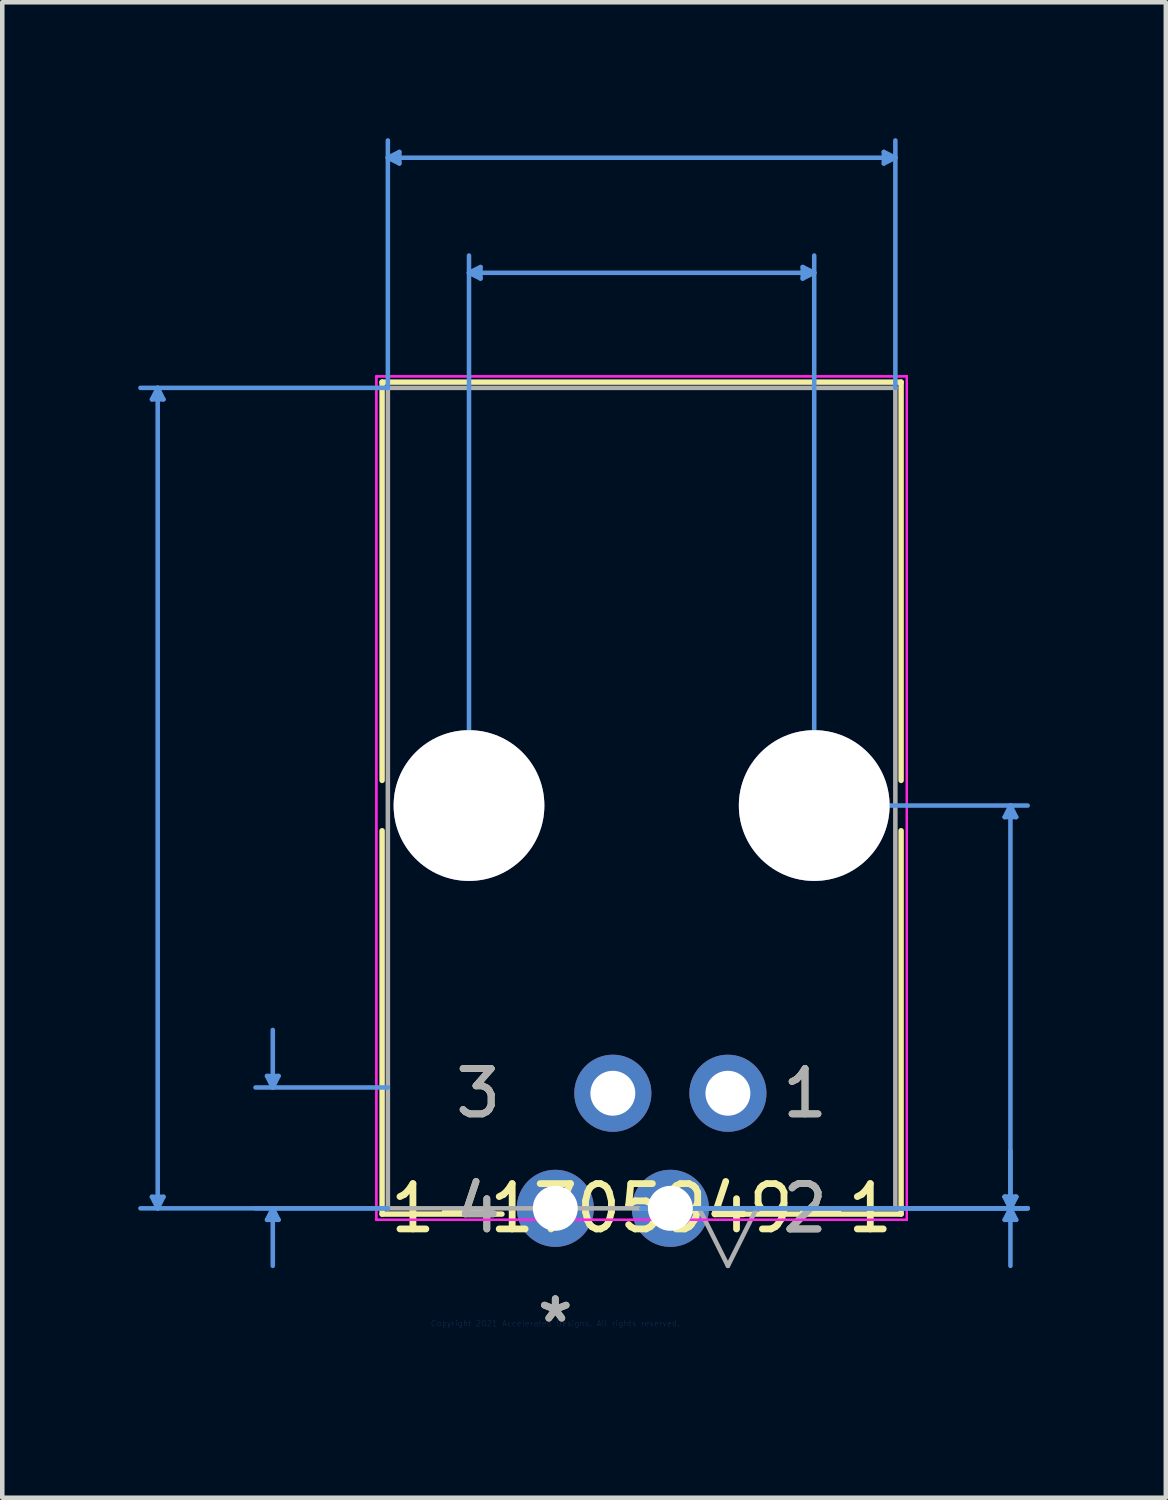
<source format=kicad_pcb>
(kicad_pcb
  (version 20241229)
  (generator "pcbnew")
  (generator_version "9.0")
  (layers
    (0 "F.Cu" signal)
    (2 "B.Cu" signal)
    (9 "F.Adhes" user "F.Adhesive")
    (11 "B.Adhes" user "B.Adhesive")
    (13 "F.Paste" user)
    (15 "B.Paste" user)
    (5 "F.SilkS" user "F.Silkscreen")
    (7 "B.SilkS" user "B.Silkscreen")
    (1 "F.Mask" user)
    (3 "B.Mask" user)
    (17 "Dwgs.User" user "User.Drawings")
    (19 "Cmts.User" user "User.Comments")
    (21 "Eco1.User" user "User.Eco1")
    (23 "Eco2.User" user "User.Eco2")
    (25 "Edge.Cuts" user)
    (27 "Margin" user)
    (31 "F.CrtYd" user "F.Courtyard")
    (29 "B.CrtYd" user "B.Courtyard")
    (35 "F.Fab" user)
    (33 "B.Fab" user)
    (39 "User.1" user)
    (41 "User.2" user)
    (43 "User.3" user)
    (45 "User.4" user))
  (footprint "1-1705949-1"
    (layer "F.Cu")
    (at 9.207 26.161)
    (property "Reference" "1-1705949-1" (at 1.905 -2.54 0) (layer "F.SilkS") (effects (font (size 1 1) (thickness 0.15))))
    (attr through_hole)
    (fp_line (start -3.823 -20.777) (end -3.823 -11.985) (stroke (width 0.12) (type solid)) (layer "F.SilkS"))
    (fp_line (start -3.823 -10.875) (end -3.823 -2.413) (stroke (width 0.12) (type solid)) (layer "F.SilkS"))
    (fp_line (start -3.823 -2.413) (end -1.177 -2.413) (stroke (width 0.12) (type solid)) (layer "F.SilkS"))
    (fp_line (start 3.717 -2.413) (end 7.633 -2.413) (stroke (width 0.12) (type solid)) (layer "F.SilkS"))
    (fp_line (start 7.633 -20.777) (end -3.823 -20.777) (stroke (width 0.12) (type solid)) (layer "F.SilkS"))
    (fp_line (start 7.633 -11.985) (end 7.633 -20.777) (stroke (width 0.12) (type solid)) (layer "F.SilkS"))
    (fp_line (start 7.633 -2.413) (end 7.633 -10.875) (stroke (width 0.12) (type solid)) (layer "F.SilkS"))
    (fp_line (start -8.903 -20.396) (end -8.649 -20.396) (stroke (width 0.1) (type solid)) (layer "Cmts.User"))
    (fp_line (start -8.903 -2.794) (end -8.649 -2.794) (stroke (width 0.1) (type solid)) (layer "Cmts.User"))
    (fp_line (start -8.776 -20.65) (end -8.903 -20.396) (stroke (width 0.1) (type solid)) (layer "Cmts.User"))
    (fp_line (start -8.776 -20.65) (end -8.776 -2.54) (stroke (width 0.1) (type solid)) (layer "Cmts.User"))
    (fp_line (start -8.776 -20.65) (end -8.649 -20.396) (stroke (width 0.1) (type solid)) (layer "Cmts.User"))
    (fp_line (start -8.776 -2.54) (end -8.903 -2.794) (stroke (width 0.1) (type solid)) (layer "Cmts.User"))
    (fp_line (start -8.776 -2.54) (end -8.649 -2.794) (stroke (width 0.1) (type solid)) (layer "Cmts.User"))
    (fp_line (start -6.363 -5.461) (end -6.109 -5.461) (stroke (width 0.1) (type solid)) (layer "Cmts.User"))
    (fp_line (start -6.363 -2.286) (end -6.109 -2.286) (stroke (width 0.1) (type solid)) (layer "Cmts.User"))
    (fp_line (start -6.236 -5.207) (end -6.363 -5.461) (stroke (width 0.1) (type solid)) (layer "Cmts.User"))
    (fp_line (start -6.236 -5.207) (end -6.236 -6.477) (stroke (width 0.1) (type solid)) (layer "Cmts.User"))
    (fp_line (start -6.236 -5.207) (end -6.109 -5.461) (stroke (width 0.1) (type solid)) (layer "Cmts.User"))
    (fp_line (start -6.236 -2.54) (end -6.363 -2.286) (stroke (width 0.1) (type solid)) (layer "Cmts.User"))
    (fp_line (start -6.236 -2.54) (end -6.236 -1.27) (stroke (width 0.1) (type solid)) (layer "Cmts.User"))
    (fp_line (start -6.236 -2.54) (end -6.109 -2.286) (stroke (width 0.1) (type solid)) (layer "Cmts.User"))
    (fp_line (start -3.696 -25.73) (end -3.442 -25.857) (stroke (width 0.1) (type solid)) (layer "Cmts.User"))
    (fp_line (start -3.696 -25.73) (end -3.442 -25.603) (stroke (width 0.1) (type solid)) (layer "Cmts.User"))
    (fp_line (start -3.696 -25.73) (end 7.506 -25.73) (stroke (width 0.1) (type solid)) (layer "Cmts.User"))
    (fp_line (start -3.696 -20.65) (end -9.157 -20.65) (stroke (width 0.1) (type solid)) (layer "Cmts.User"))
    (fp_line (start -3.696 -20.65) (end -3.696 -26.111) (stroke (width 0.1) (type solid)) (layer "Cmts.User"))
    (fp_line (start -3.696 -5.207) (end -6.617 -5.207) (stroke (width 0.1) (type solid)) (layer "Cmts.User"))
    (fp_line (start -3.696 -2.54) (end -9.157 -2.54) (stroke (width 0.1) (type solid)) (layer "Cmts.User"))
    (fp_line (start -3.696 -2.54) (end -6.617 -2.54) (stroke (width 0.1) (type solid)) (layer "Cmts.User"))
    (fp_line (start -3.442 -25.857) (end -3.442 -25.603) (stroke (width 0.1) (type solid)) (layer "Cmts.User"))
    (fp_line (start -1.905 -23.19) (end -1.651 -23.317) (stroke (width 0.1) (type solid)) (layer "Cmts.User"))
    (fp_line (start -1.905 -23.19) (end -1.651 -23.063) (stroke (width 0.1) (type solid)) (layer "Cmts.User"))
    (fp_line (start -1.905 -23.19) (end 5.715 -23.19) (stroke (width 0.1) (type solid)) (layer "Cmts.User"))
    (fp_line (start -1.905 -11.43) (end -1.905 -23.571) (stroke (width 0.1) (type solid)) (layer "Cmts.User"))
    (fp_line (start -1.651 -23.317) (end -1.651 -23.063) (stroke (width 0.1) (type solid)) (layer "Cmts.User"))
    (fp_line (start 1.905 -2.54) (end 10.427 -2.54) (stroke (width 0.1) (type solid)) (layer "Cmts.User"))
    (fp_line (start 1.905 -2.54) (end 10.427 -2.54) (stroke (width 0.1) (type solid)) (layer "Cmts.User"))
    (fp_line (start 5.461 -23.317) (end 5.461 -23.063) (stroke (width 0.1) (type solid)) (layer "Cmts.User"))
    (fp_line (start 5.715 -23.19) (end 5.461 -23.317) (stroke (width 0.1) (type solid)) (layer "Cmts.User"))
    (fp_line (start 5.715 -23.19) (end 5.461 -23.063) (stroke (width 0.1) (type solid)) (layer "Cmts.User"))
    (fp_line (start 5.715 -11.43) (end 5.715 -23.571) (stroke (width 0.1) (type solid)) (layer "Cmts.User"))
    (fp_line (start 5.715 -11.43) (end 10.427 -11.43) (stroke (width 0.1) (type solid)) (layer "Cmts.User"))
    (fp_line (start 7.252 -25.857) (end 7.252 -25.603) (stroke (width 0.1) (type solid)) (layer "Cmts.User"))
    (fp_line (start 7.506 -25.73) (end 7.252 -25.857) (stroke (width 0.1) (type solid)) (layer "Cmts.User"))
    (fp_line (start 7.506 -25.73) (end 7.252 -25.603) (stroke (width 0.1) (type solid)) (layer "Cmts.User"))
    (fp_line (start 7.506 -20.65) (end 7.506 -26.111) (stroke (width 0.1) (type solid)) (layer "Cmts.User"))
    (fp_line (start 7.506 -2.54) (end 10.427 -2.54) (stroke (width 0.1) (type solid)) (layer "Cmts.User"))
    (fp_line (start 9.919 -11.176) (end 10.173 -11.176) (stroke (width 0.1) (type solid)) (layer "Cmts.User"))
    (fp_line (start 9.919 -2.794) (end 10.173 -2.794) (stroke (width 0.1) (type solid)) (layer "Cmts.User"))
    (fp_line (start 9.919 -2.794) (end 10.173 -2.794) (stroke (width 0.1) (type solid)) (layer "Cmts.User"))
    (fp_line (start 9.919 -2.286) (end 10.173 -2.286) (stroke (width 0.1) (type solid)) (layer "Cmts.User"))
    (fp_line (start 10.046 -11.43) (end 9.919 -11.176) (stroke (width 0.1) (type solid)) (layer "Cmts.User"))
    (fp_line (start 10.046 -11.43) (end 10.046 -2.54) (stroke (width 0.1) (type solid)) (layer "Cmts.User"))
    (fp_line (start 10.046 -11.43) (end 10.173 -11.176) (stroke (width 0.1) (type solid)) (layer "Cmts.User"))
    (fp_line (start 10.046 -2.54) (end 9.919 -2.794) (stroke (width 0.1) (type solid)) (layer "Cmts.User"))
    (fp_line (start 10.046 -2.54) (end 9.919 -2.794) (stroke (width 0.1) (type solid)) (layer "Cmts.User"))
    (fp_line (start 10.046 -2.54) (end 9.919 -2.286) (stroke (width 0.1) (type solid)) (layer "Cmts.User"))
    (fp_line (start 10.046 -2.54) (end 10.046 -3.81) (stroke (width 0.1) (type solid)) (layer "Cmts.User"))
    (fp_line (start 10.046 -2.54) (end 10.046 -1.27) (stroke (width 0.1) (type solid)) (layer "Cmts.User"))
    (fp_line (start 10.046 -2.54) (end 10.173 -2.794) (stroke (width 0.1) (type solid)) (layer "Cmts.User"))
    (fp_line (start 10.046 -2.54) (end 10.173 -2.794) (stroke (width 0.1) (type solid)) (layer "Cmts.User"))
    (fp_line (start 10.046 -2.54) (end 10.173 -2.286) (stroke (width 0.1) (type solid)) (layer "Cmts.User"))
    (fp_line (start -3.95 -20.904) (end -3.95 -2.286) (stroke (width 0.05) (type solid)) (layer "F.CrtYd"))
    (fp_line (start -3.95 -20.904) (end -3.95 -2.286) (stroke (width 0.05) (type solid)) (layer "F.CrtYd"))
    (fp_line (start -3.95 -2.286) (end 7.76 -2.286) (stroke (width 0.05) (type solid)) (layer "F.CrtYd"))
    (fp_line (start -3.95 -2.286) (end 7.76 -2.286) (stroke (width 0.05) (type solid)) (layer "F.CrtYd"))
    (fp_line (start 7.76 -20.904) (end -3.95 -20.904) (stroke (width 0.05) (type solid)) (layer "F.CrtYd"))
    (fp_line (start 7.76 -20.904) (end -3.95 -20.904) (stroke (width 0.05) (type solid)) (layer "F.CrtYd"))
    (fp_line (start 7.76 -2.286) (end 7.76 -20.904) (stroke (width 0.05) (type solid)) (layer "F.CrtYd"))
    (fp_line (start 7.76 -2.286) (end 7.76 -20.904) (stroke (width 0.05) (type solid)) (layer "F.CrtYd"))
    (fp_line (start -3.696 -20.65) (end -3.696 -2.54) (stroke (width 0.1) (type solid)) (layer "F.Fab"))
    (fp_line (start -3.696 -2.54) (end 7.506 -2.54) (stroke (width 0.1) (type solid)) (layer "F.Fab"))
    (fp_line (start 3.175 -2.54) (end 3.81 -1.27) (stroke (width 0.1) (type solid)) (layer "F.Fab"))
    (fp_line (start 4.445 -2.54) (end 3.81 -1.27) (stroke (width 0.1) (type solid)) (layer "F.Fab"))
    (fp_line (start 7.506 -20.65) (end -3.696 -20.65) (stroke (width 0.1) (type solid)) (layer "F.Fab"))
    (fp_line (start 7.506 -2.54) (end 7.506 -20.65) (stroke (width 0.1) (type solid)) (layer "F.Fab"))
    (fp_text user "4" (at -1.702 -2.54 0) (layer "F.SilkS") (effects (font (size 1 1) (thickness 0.15))))
    (fp_text user "3" (at -1.702 -5.08 0) (layer "F.SilkS") (effects (font (size 1 1) (thickness 0.15))))
    (fp_text user "*" (at 0 0 0) (layer "F.SilkS") (effects (font (size 1 1) (thickness 0.15))))
    (fp_text user "1" (at 5.512 -5.08 0) (layer "F.SilkS") (effects (font (size 1 1) (thickness 0.15))))
    (fp_text user "2" (at 5.512 -2.54 0) (layer "F.SilkS") (effects (font (size 1 1) (thickness 0.15))))
    (fp_text user "Copyright 2021 Accelerated Designs. All rights reserved." (at 0 0 0) (layer "Cmts.User") (effects (font (size 0.127 0.127) (thickness 0.002))))
    (fp_text user "*" (at 0 0 0) (layer "F.Fab") (effects (font (size 1 1) (thickness 0.15))))
    (fp_text user "2" (at 5.512 -2.54 0) (layer "F.Fab") (effects (font (size 1 1) (thickness 0.15))))
    (fp_text user "1" (at 5.512 -5.08 0) (layer "F.Fab") (effects (font (size 1 1) (thickness 0.15))))
    (fp_text user "3" (at -1.702 -5.08 0) (layer "F.Fab") (effects (font (size 1 1) (thickness 0.15))))
    (fp_text user "4" (at -1.702 -2.54 0) (layer "F.Fab") (effects (font (size 1 1) (thickness 0.15))))
    (pad "1" thru_hole circle (at 3.81 -5.08) (size 1.702 1.702) (drill 0.991) (layers "*.Cu" "*.Mask"))
    (pad "2" thru_hole circle (at 2.54 -2.54) (size 1.702 1.702) (drill 0.991) (layers "*.Cu" "*.Mask"))
    (pad "3" thru_hole circle (at 1.27 -5.08) (size 1.702 1.702) (drill 0.991) (layers "*.Cu" "*.Mask"))
    (pad "4" thru_hole circle (at 0 -2.54) (size 1.702 1.702) (drill 0.991) (layers "*.Cu" "*.Mask"))
    (pad "5" thru_hole circle (at -1.905 -11.43) (size 3.327 3.327) (drill 3.327) (layers "*.Cu" "*.Mask"))
    (pad "6" thru_hole circle (at 5.715 -11.43) (size 3.327 3.327) (drill 3.327) (layers "*.Cu" "*.Mask")))
  (gr_rect
    (start -3 -3)
    (end 22.683 30.009)
    (stroke (width 0.1) (type default))
    (fill no)
    (layer "Edge.Cuts")))
</source>
